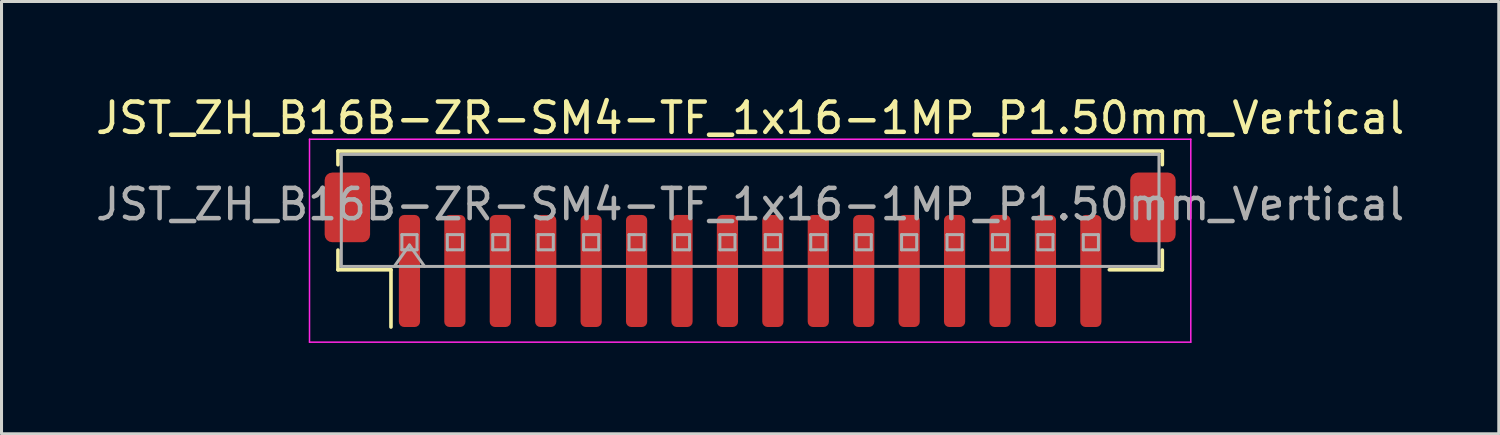
<source format=kicad_pcb>
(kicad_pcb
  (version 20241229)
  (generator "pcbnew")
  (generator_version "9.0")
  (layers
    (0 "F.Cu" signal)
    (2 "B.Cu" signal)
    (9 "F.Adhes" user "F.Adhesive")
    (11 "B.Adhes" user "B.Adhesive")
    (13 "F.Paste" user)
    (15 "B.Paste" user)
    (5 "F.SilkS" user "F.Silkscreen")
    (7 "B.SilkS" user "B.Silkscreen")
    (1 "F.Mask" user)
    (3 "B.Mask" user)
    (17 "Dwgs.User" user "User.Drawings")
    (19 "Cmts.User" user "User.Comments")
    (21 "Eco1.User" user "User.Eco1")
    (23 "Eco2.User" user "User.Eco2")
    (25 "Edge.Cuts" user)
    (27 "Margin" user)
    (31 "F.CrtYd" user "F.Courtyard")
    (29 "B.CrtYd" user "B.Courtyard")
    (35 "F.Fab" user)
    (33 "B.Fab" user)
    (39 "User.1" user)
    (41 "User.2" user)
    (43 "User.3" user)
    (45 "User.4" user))
  (footprint "JST_ZH_B16B-ZR-SM4-TF_1x16-1MP_P1.50mm_Vertical"
    (layer "F.Cu")
    (at 21.72 5.198)
    (property "Reference" "JST_ZH_B16B-ZR-SM4-TF_1x16-1MP_P1.50mm_Vertical" (at 0 -4.35 0) (layer "F.SilkS") (effects (font (size 1 1) (thickness 0.15))))
    (attr smd)
    (fp_line (start -13.61 -3.26) (end 13.61 -3.26) (stroke (width 0.12) (type solid)) (layer "F.SilkS"))
    (fp_line (start -13.61 -2.81) (end -13.61 -3.26) (stroke (width 0.12) (type solid)) (layer "F.SilkS"))
    (fp_line (start -13.61 0.01) (end -13.61 0.66) (stroke (width 0.12) (type solid)) (layer "F.SilkS"))
    (fp_line (start -13.61 0.66) (end -11.86 0.66) (stroke (width 0.12) (type solid)) (layer "F.SilkS"))
    (fp_line (start -11.86 0.66) (end -11.86 2.55) (stroke (width 0.12) (type solid)) (layer "F.SilkS"))
    (fp_line (start 13.61 -3.26) (end 13.61 -2.81) (stroke (width 0.12) (type solid)) (layer "F.SilkS"))
    (fp_line (start 13.61 0.01) (end 13.61 0.66) (stroke (width 0.12) (type solid)) (layer "F.SilkS"))
    (fp_line (start 13.61 0.66) (end 11.86 0.66) (stroke (width 0.12) (type solid)) (layer "F.SilkS"))
    (fp_line (start -14.55 -3.65) (end -14.55 3.05) (stroke (width 0.05) (type solid)) (layer "F.CrtYd"))
    (fp_line (start -14.55 3.05) (end 14.55 3.05) (stroke (width 0.05) (type solid)) (layer "F.CrtYd"))
    (fp_line (start 14.55 -3.65) (end -14.55 -3.65) (stroke (width 0.05) (type solid)) (layer "F.CrtYd"))
    (fp_line (start 14.55 3.05) (end 14.55 -3.65) (stroke (width 0.05) (type solid)) (layer "F.CrtYd"))
    (fp_line (start -13.5 -3.15) (end 13.5 -3.15) (stroke (width 0.1) (type solid)) (layer "F.Fab"))
    (fp_line (start -13.5 0.55) (end -13.5 -3.15) (stroke (width 0.1) (type solid)) (layer "F.Fab"))
    (fp_line (start -13.5 0.55) (end 13.5 0.55) (stroke (width 0.1) (type solid)) (layer "F.Fab"))
    (fp_line (start -11.75 0.55) (end -11.25 -0.157) (stroke (width 0.1) (type solid)) (layer "F.Fab"))
    (fp_line (start -11.5 -0.5) (end -11.5 0) (stroke (width 0.1) (type solid)) (layer "F.Fab"))
    (fp_line (start -11.5 0) (end -11 0) (stroke (width 0.1) (type solid)) (layer "F.Fab"))
    (fp_line (start -11.25 -0.157) (end -10.75 0.55) (stroke (width 0.1) (type solid)) (layer "F.Fab"))
    (fp_line (start -11 -0.5) (end -11.5 -0.5) (stroke (width 0.1) (type solid)) (layer "F.Fab"))
    (fp_line (start -11 0) (end -11 -0.5) (stroke (width 0.1) (type solid)) (layer "F.Fab"))
    (fp_line (start -10 -0.5) (end -10 0) (stroke (width 0.1) (type solid)) (layer "F.Fab"))
    (fp_line (start -10 0) (end -9.5 0) (stroke (width 0.1) (type solid)) (layer "F.Fab"))
    (fp_line (start -9.5 -0.5) (end -10 -0.5) (stroke (width 0.1) (type solid)) (layer "F.Fab"))
    (fp_line (start -9.5 0) (end -9.5 -0.5) (stroke (width 0.1) (type solid)) (layer "F.Fab"))
    (fp_line (start -8.5 -0.5) (end -8.5 0) (stroke (width 0.1) (type solid)) (layer "F.Fab"))
    (fp_line (start -8.5 0) (end -8 0) (stroke (width 0.1) (type solid)) (layer "F.Fab"))
    (fp_line (start -8 -0.5) (end -8.5 -0.5) (stroke (width 0.1) (type solid)) (layer "F.Fab"))
    (fp_line (start -8 0) (end -8 -0.5) (stroke (width 0.1) (type solid)) (layer "F.Fab"))
    (fp_line (start -7 -0.5) (end -7 0) (stroke (width 0.1) (type solid)) (layer "F.Fab"))
    (fp_line (start -7 0) (end -6.5 0) (stroke (width 0.1) (type solid)) (layer "F.Fab"))
    (fp_line (start -6.5 -0.5) (end -7 -0.5) (stroke (width 0.1) (type solid)) (layer "F.Fab"))
    (fp_line (start -6.5 0) (end -6.5 -0.5) (stroke (width 0.1) (type solid)) (layer "F.Fab"))
    (fp_line (start -5.5 -0.5) (end -5.5 0) (stroke (width 0.1) (type solid)) (layer "F.Fab"))
    (fp_line (start -5.5 0) (end -5 0) (stroke (width 0.1) (type solid)) (layer "F.Fab"))
    (fp_line (start -5 -0.5) (end -5.5 -0.5) (stroke (width 0.1) (type solid)) (layer "F.Fab"))
    (fp_line (start -5 0) (end -5 -0.5) (stroke (width 0.1) (type solid)) (layer "F.Fab"))
    (fp_line (start -4 -0.5) (end -4 0) (stroke (width 0.1) (type solid)) (layer "F.Fab"))
    (fp_line (start -4 0) (end -3.5 0) (stroke (width 0.1) (type solid)) (layer "F.Fab"))
    (fp_line (start -3.5 -0.5) (end -4 -0.5) (stroke (width 0.1) (type solid)) (layer "F.Fab"))
    (fp_line (start -3.5 0) (end -3.5 -0.5) (stroke (width 0.1) (type solid)) (layer "F.Fab"))
    (fp_line (start -2.5 -0.5) (end -2.5 0) (stroke (width 0.1) (type solid)) (layer "F.Fab"))
    (fp_line (start -2.5 0) (end -2 0) (stroke (width 0.1) (type solid)) (layer "F.Fab"))
    (fp_line (start -2 -0.5) (end -2.5 -0.5) (stroke (width 0.1) (type solid)) (layer "F.Fab"))
    (fp_line (start -2 0) (end -2 -0.5) (stroke (width 0.1) (type solid)) (layer "F.Fab"))
    (fp_line (start -1 -0.5) (end -1 0) (stroke (width 0.1) (type solid)) (layer "F.Fab"))
    (fp_line (start -1 0) (end -0.5 0) (stroke (width 0.1) (type solid)) (layer "F.Fab"))
    (fp_line (start -0.5 -0.5) (end -1 -0.5) (stroke (width 0.1) (type solid)) (layer "F.Fab"))
    (fp_line (start -0.5 0) (end -0.5 -0.5) (stroke (width 0.1) (type solid)) (layer "F.Fab"))
    (fp_line (start 0.5 -0.5) (end 0.5 0) (stroke (width 0.1) (type solid)) (layer "F.Fab"))
    (fp_line (start 0.5 0) (end 1 0) (stroke (width 0.1) (type solid)) (layer "F.Fab"))
    (fp_line (start 1 -0.5) (end 0.5 -0.5) (stroke (width 0.1) (type solid)) (layer "F.Fab"))
    (fp_line (start 1 0) (end 1 -0.5) (stroke (width 0.1) (type solid)) (layer "F.Fab"))
    (fp_line (start 2 -0.5) (end 2 0) (stroke (width 0.1) (type solid)) (layer "F.Fab"))
    (fp_line (start 2 0) (end 2.5 0) (stroke (width 0.1) (type solid)) (layer "F.Fab"))
    (fp_line (start 2.5 -0.5) (end 2 -0.5) (stroke (width 0.1) (type solid)) (layer "F.Fab"))
    (fp_line (start 2.5 0) (end 2.5 -0.5) (stroke (width 0.1) (type solid)) (layer "F.Fab"))
    (fp_line (start 3.5 -0.5) (end 3.5 0) (stroke (width 0.1) (type solid)) (layer "F.Fab"))
    (fp_line (start 3.5 0) (end 4 0) (stroke (width 0.1) (type solid)) (layer "F.Fab"))
    (fp_line (start 4 -0.5) (end 3.5 -0.5) (stroke (width 0.1) (type solid)) (layer "F.Fab"))
    (fp_line (start 4 0) (end 4 -0.5) (stroke (width 0.1) (type solid)) (layer "F.Fab"))
    (fp_line (start 5 -0.5) (end 5 0) (stroke (width 0.1) (type solid)) (layer "F.Fab"))
    (fp_line (start 5 0) (end 5.5 0) (stroke (width 0.1) (type solid)) (layer "F.Fab"))
    (fp_line (start 5.5 -0.5) (end 5 -0.5) (stroke (width 0.1) (type solid)) (layer "F.Fab"))
    (fp_line (start 5.5 0) (end 5.5 -0.5) (stroke (width 0.1) (type solid)) (layer "F.Fab"))
    (fp_line (start 6.5 -0.5) (end 6.5 0) (stroke (width 0.1) (type solid)) (layer "F.Fab"))
    (fp_line (start 6.5 0) (end 7 0) (stroke (width 0.1) (type solid)) (layer "F.Fab"))
    (fp_line (start 7 -0.5) (end 6.5 -0.5) (stroke (width 0.1) (type solid)) (layer "F.Fab"))
    (fp_line (start 7 0) (end 7 -0.5) (stroke (width 0.1) (type solid)) (layer "F.Fab"))
    (fp_line (start 8 -0.5) (end 8 0) (stroke (width 0.1) (type solid)) (layer "F.Fab"))
    (fp_line (start 8 0) (end 8.5 0) (stroke (width 0.1) (type solid)) (layer "F.Fab"))
    (fp_line (start 8.5 -0.5) (end 8 -0.5) (stroke (width 0.1) (type solid)) (layer "F.Fab"))
    (fp_line (start 8.5 0) (end 8.5 -0.5) (stroke (width 0.1) (type solid)) (layer "F.Fab"))
    (fp_line (start 9.5 -0.5) (end 9.5 0) (stroke (width 0.1) (type solid)) (layer "F.Fab"))
    (fp_line (start 9.5 0) (end 10 0) (stroke (width 0.1) (type solid)) (layer "F.Fab"))
    (fp_line (start 10 -0.5) (end 9.5 -0.5) (stroke (width 0.1) (type solid)) (layer "F.Fab"))
    (fp_line (start 10 0) (end 10 -0.5) (stroke (width 0.1) (type solid)) (layer "F.Fab"))
    (fp_line (start 11 -0.5) (end 11 0) (stroke (width 0.1) (type solid)) (layer "F.Fab"))
    (fp_line (start 11 0) (end 11.5 0) (stroke (width 0.1) (type solid)) (layer "F.Fab"))
    (fp_line (start 11.5 -0.5) (end 11 -0.5) (stroke (width 0.1) (type solid)) (layer "F.Fab"))
    (fp_line (start 11.5 0) (end 11.5 -0.5) (stroke (width 0.1) (type solid)) (layer "F.Fab"))
    (fp_line (start 13.5 0.55) (end 13.5 -3.15) (stroke (width 0.1) (type solid)) (layer "F.Fab"))
    (fp_text user "${REFERENCE}" (at 0 -1.5 0) (layer "F.Fab") (effects (font (size 1 1) (thickness 0.15))))
    (pad "1" smd roundrect (at -11.25 0.7) (size 0.7 3.7) (layers "F.Cu" "F.Mask" "F.Paste") (roundrect_rratio 0.25))
    (pad "2" smd roundrect (at -9.75 0.7) (size 0.7 3.7) (layers "F.Cu" "F.Mask" "F.Paste") (roundrect_rratio 0.25))
    (pad "3" smd roundrect (at -8.25 0.7) (size 0.7 3.7) (layers "F.Cu" "F.Mask" "F.Paste") (roundrect_rratio 0.25))
    (pad "4" smd roundrect (at -6.75 0.7) (size 0.7 3.7) (layers "F.Cu" "F.Mask" "F.Paste") (roundrect_rratio 0.25))
    (pad "5" smd roundrect (at -5.25 0.7) (size 0.7 3.7) (layers "F.Cu" "F.Mask" "F.Paste") (roundrect_rratio 0.25))
    (pad "6" smd roundrect (at -3.75 0.7) (size 0.7 3.7) (layers "F.Cu" "F.Mask" "F.Paste") (roundrect_rratio 0.25))
    (pad "7" smd roundrect (at -2.25 0.7) (size 0.7 3.7) (layers "F.Cu" "F.Mask" "F.Paste") (roundrect_rratio 0.25))
    (pad "8" smd roundrect (at -0.75 0.7) (size 0.7 3.7) (layers "F.Cu" "F.Mask" "F.Paste") (roundrect_rratio 0.25))
    (pad "9" smd roundrect (at 0.75 0.7) (size 0.7 3.7) (layers "F.Cu" "F.Mask" "F.Paste") (roundrect_rratio 0.25))
    (pad "10" smd roundrect (at 2.25 0.7) (size 0.7 3.7) (layers "F.Cu" "F.Mask" "F.Paste") (roundrect_rratio 0.25))
    (pad "11" smd roundrect (at 3.75 0.7) (size 0.7 3.7) (layers "F.Cu" "F.Mask" "F.Paste") (roundrect_rratio 0.25))
    (pad "12" smd roundrect (at 5.25 0.7) (size 0.7 3.7) (layers "F.Cu" "F.Mask" "F.Paste") (roundrect_rratio 0.25))
    (pad "13" smd roundrect (at 6.75 0.7) (size 0.7 3.7) (layers "F.Cu" "F.Mask" "F.Paste") (roundrect_rratio 0.25))
    (pad "14" smd roundrect (at 8.25 0.7) (size 0.7 3.7) (layers "F.Cu" "F.Mask" "F.Paste") (roundrect_rratio 0.25))
    (pad "15" smd roundrect (at 9.75 0.7) (size 0.7 3.7) (layers "F.Cu" "F.Mask" "F.Paste") (roundrect_rratio 0.25))
    (pad "16" smd roundrect (at 11.25 0.7) (size 0.7 3.7) (layers "F.Cu" "F.Mask" "F.Paste") (roundrect_rratio 0.25))
    (pad "MP" smd roundrect (at -13.3 -1.4) (size 1.5 2.3) (layers "F.Cu" "F.Mask" "F.Paste") (roundrect_rratio 0.167))
    (pad "MP" smd roundrect (at 13.3 -1.4) (size 1.5 2.3) (layers "F.Cu" "F.Mask" "F.Paste") (roundrect_rratio 0.167)))
  (gr_rect
    (start -3 -3)
    (end 46.44 11.273)
    (stroke (width 0.1) (type default))
    (fill no)
    (layer "Edge.Cuts")))
</source>
